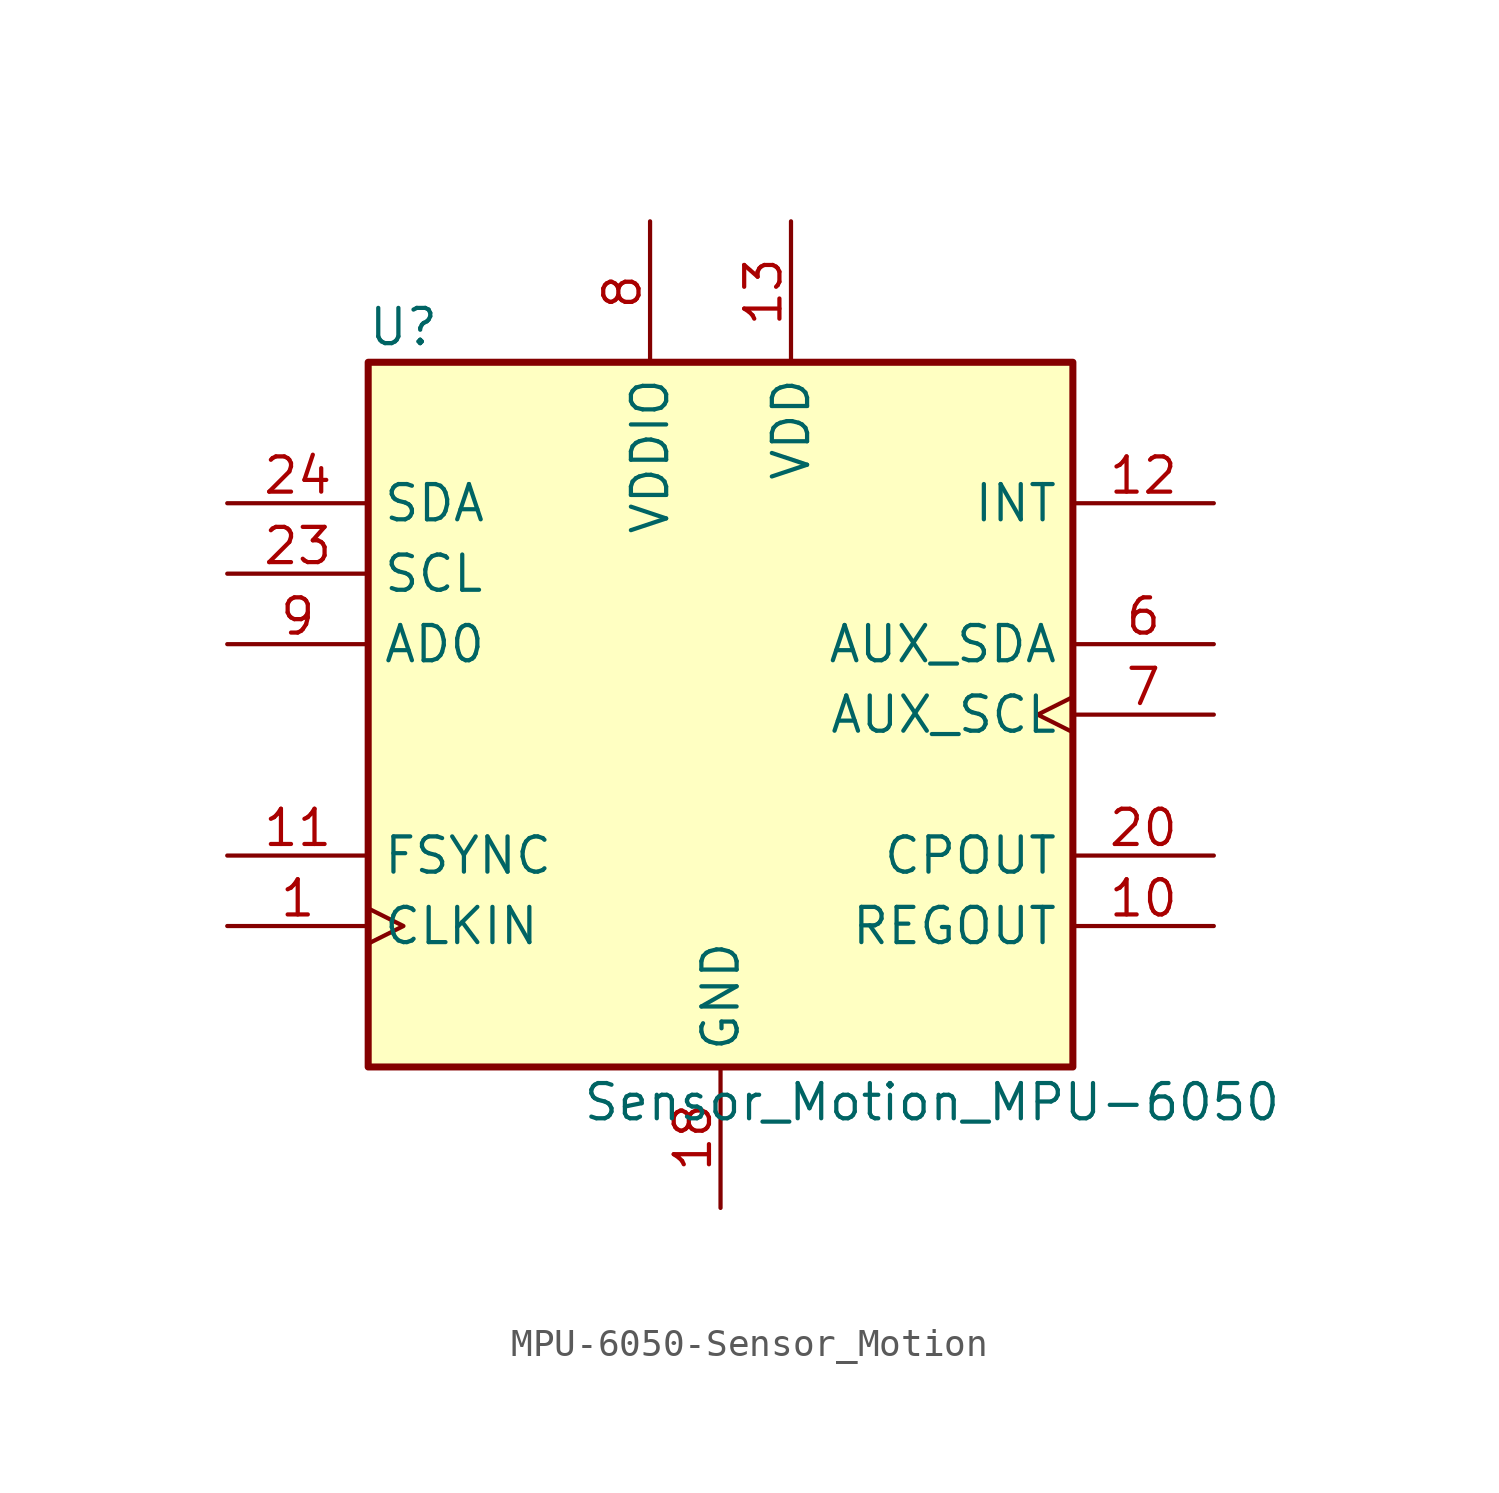
<source format=kicad_sym>
(kicad_symbol_lib
  (version 20220914)
  (generator kicad_symbol_editor)
  (symbol "MPU-6050-Sensor_Motion"
    (property "Reference" "U"
      (at -11.43 13.97 0)
      (effects (font (size 1.27 1.27))))
    (property "Value" "Sensor_Motion_MPU-6050"
      (at 7.62 -13.97 0)
      (effects (font (size 1.27 1.27))))
    (symbol "MPU-6050-Sensor_Motion_0_1"
      (rectangle (start -12.7 12.7) (end 12.7 -12.7) (stroke (width 0.254) (type solid)) (fill (type background))))
    (symbol "MPU-6050-Sensor_Motion_1_1"
      (pin input clock (at -17.78 -7.62 0) (length 5.08) (name "CLKIN" (effects (font (size 1.27 1.27)))) (number "1" (effects (font (size 1.27 1.27)))))
      (pin passive line (at 17.78 -7.62 180) (length 5.08) (name "REGOUT" (effects (font (size 1.27 1.27)))) (number "10" (effects (font (size 1.27 1.27)))))
      (pin input line (at -17.78 -5.08 0) (length 5.08) (name "FSYNC" (effects (font (size 1.27 1.27)))) (number "11" (effects (font (size 1.27 1.27)))))
      (pin output line (at 17.78 7.62 180) (length 5.08) (name "INT" (effects (font (size 1.27 1.27)))) (number "12" (effects (font (size 1.27 1.27)))))
      (pin power_in line (at 2.54 17.78 270) (length 5.08) (name "VDD" (effects (font (size 1.27 1.27)))) (number "13" (effects (font (size 1.27 1.27)))))
      (pin power_in line (at 0 -17.78 90) (length 5.08) (name "GND" (effects (font (size 1.27 1.27)))) (number "18" (effects (font (size 1.27 1.27)))))
      (pin passive line (at 17.78 -5.08 180) (length 5.08) (name "CPOUT" (effects (font (size 1.27 1.27)))) (number "20" (effects (font (size 1.27 1.27)))))
      (pin input line (at -17.78 5.08 0) (length 5.08) (name "SCL" (effects (font (size 1.27 1.27)))) (number "23" (effects (font (size 1.27 1.27)))))
      (pin bidirectional line (at -17.78 7.62 0) (length 5.08) (name "SDA" (effects (font (size 1.27 1.27)))) (number "24" (effects (font (size 1.27 1.27)))))
      (pin bidirectional line (at 17.78 2.54 180) (length 5.08) (name "AUX_SDA" (effects (font (size 1.27 1.27)))) (number "6" (effects (font (size 1.27 1.27)))))
      (pin output clock (at 17.78 0 180) (length 5.08) (name "AUX_SCL" (effects (font (size 1.27 1.27)))) (number "7" (effects (font (size 1.27 1.27)))))
      (pin power_in line (at -2.54 17.78 270) (length 5.08) (name "VDDIO" (effects (font (size 1.27 1.27)))) (number "8" (effects (font (size 1.27 1.27)))))
      (pin input line (at -17.78 2.54 0) (length 5.08) (name "AD0" (effects (font (size 1.27 1.27)))) (number "9" (effects (font (size 1.27 1.27))))))))
</source>
